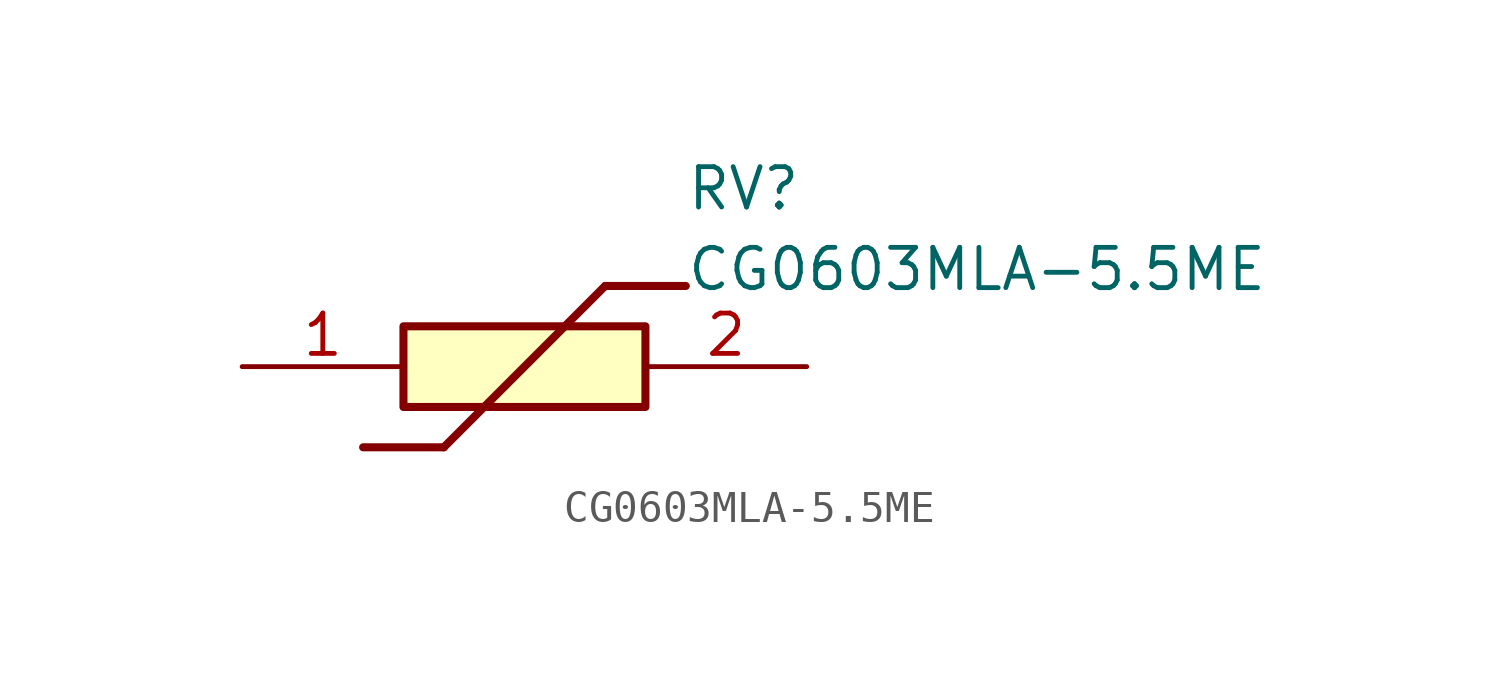
<source format=kicad_sym>
(kicad_symbol_lib
  (version 20211014)
  (generator SamacSys_ECAD_Model)
  (symbol "CG0603MLA-5.5ME"
    (pin_names hide)
    (property "Reference" "RV"
      (at 13.97 6.35 0)
      (effects (font (size 1.27 1.27)) (justify left top)))
    (property "Value" "CG0603MLA-5.5ME"
      (at 13.97 3.81 0)
      (effects (font (size 1.27 1.27)) (justify left top)))
    (rectangle
      (start 5.08 1.27)
      (end 12.7 -1.27)
      (stroke (width 0.254) (type default))
      (fill (type background)))
    (polyline
      (pts (xy 3.81 -2.54) (xy 6.35 -2.54))
      (stroke (width 0.254) (type default))
      (fill (type none)))
    (polyline
      (pts (xy 11.43 2.54) (xy 6.35 -2.54))
      (stroke (width 0.254) (type default))
      (fill (type none)))
    (polyline
      (pts (xy 11.43 2.54) (xy 13.97 2.54))
      (stroke (width 0.254) (type default))
      (fill (type none)))
    (pin passive line
      (at 0 0 0)
      (length 5.08)
      (name "1" (effects (font (size 1.27 1.27))))
      (number "1" (effects (font (size 1.27 1.27)))))
    (pin passive line
      (at 17.78 0 180)
      (length 5.08)
      (name "2" (effects (font (size 1.27 1.27))))
      (number "2" (effects (font (size 1.27 1.27)))))))
</source>
